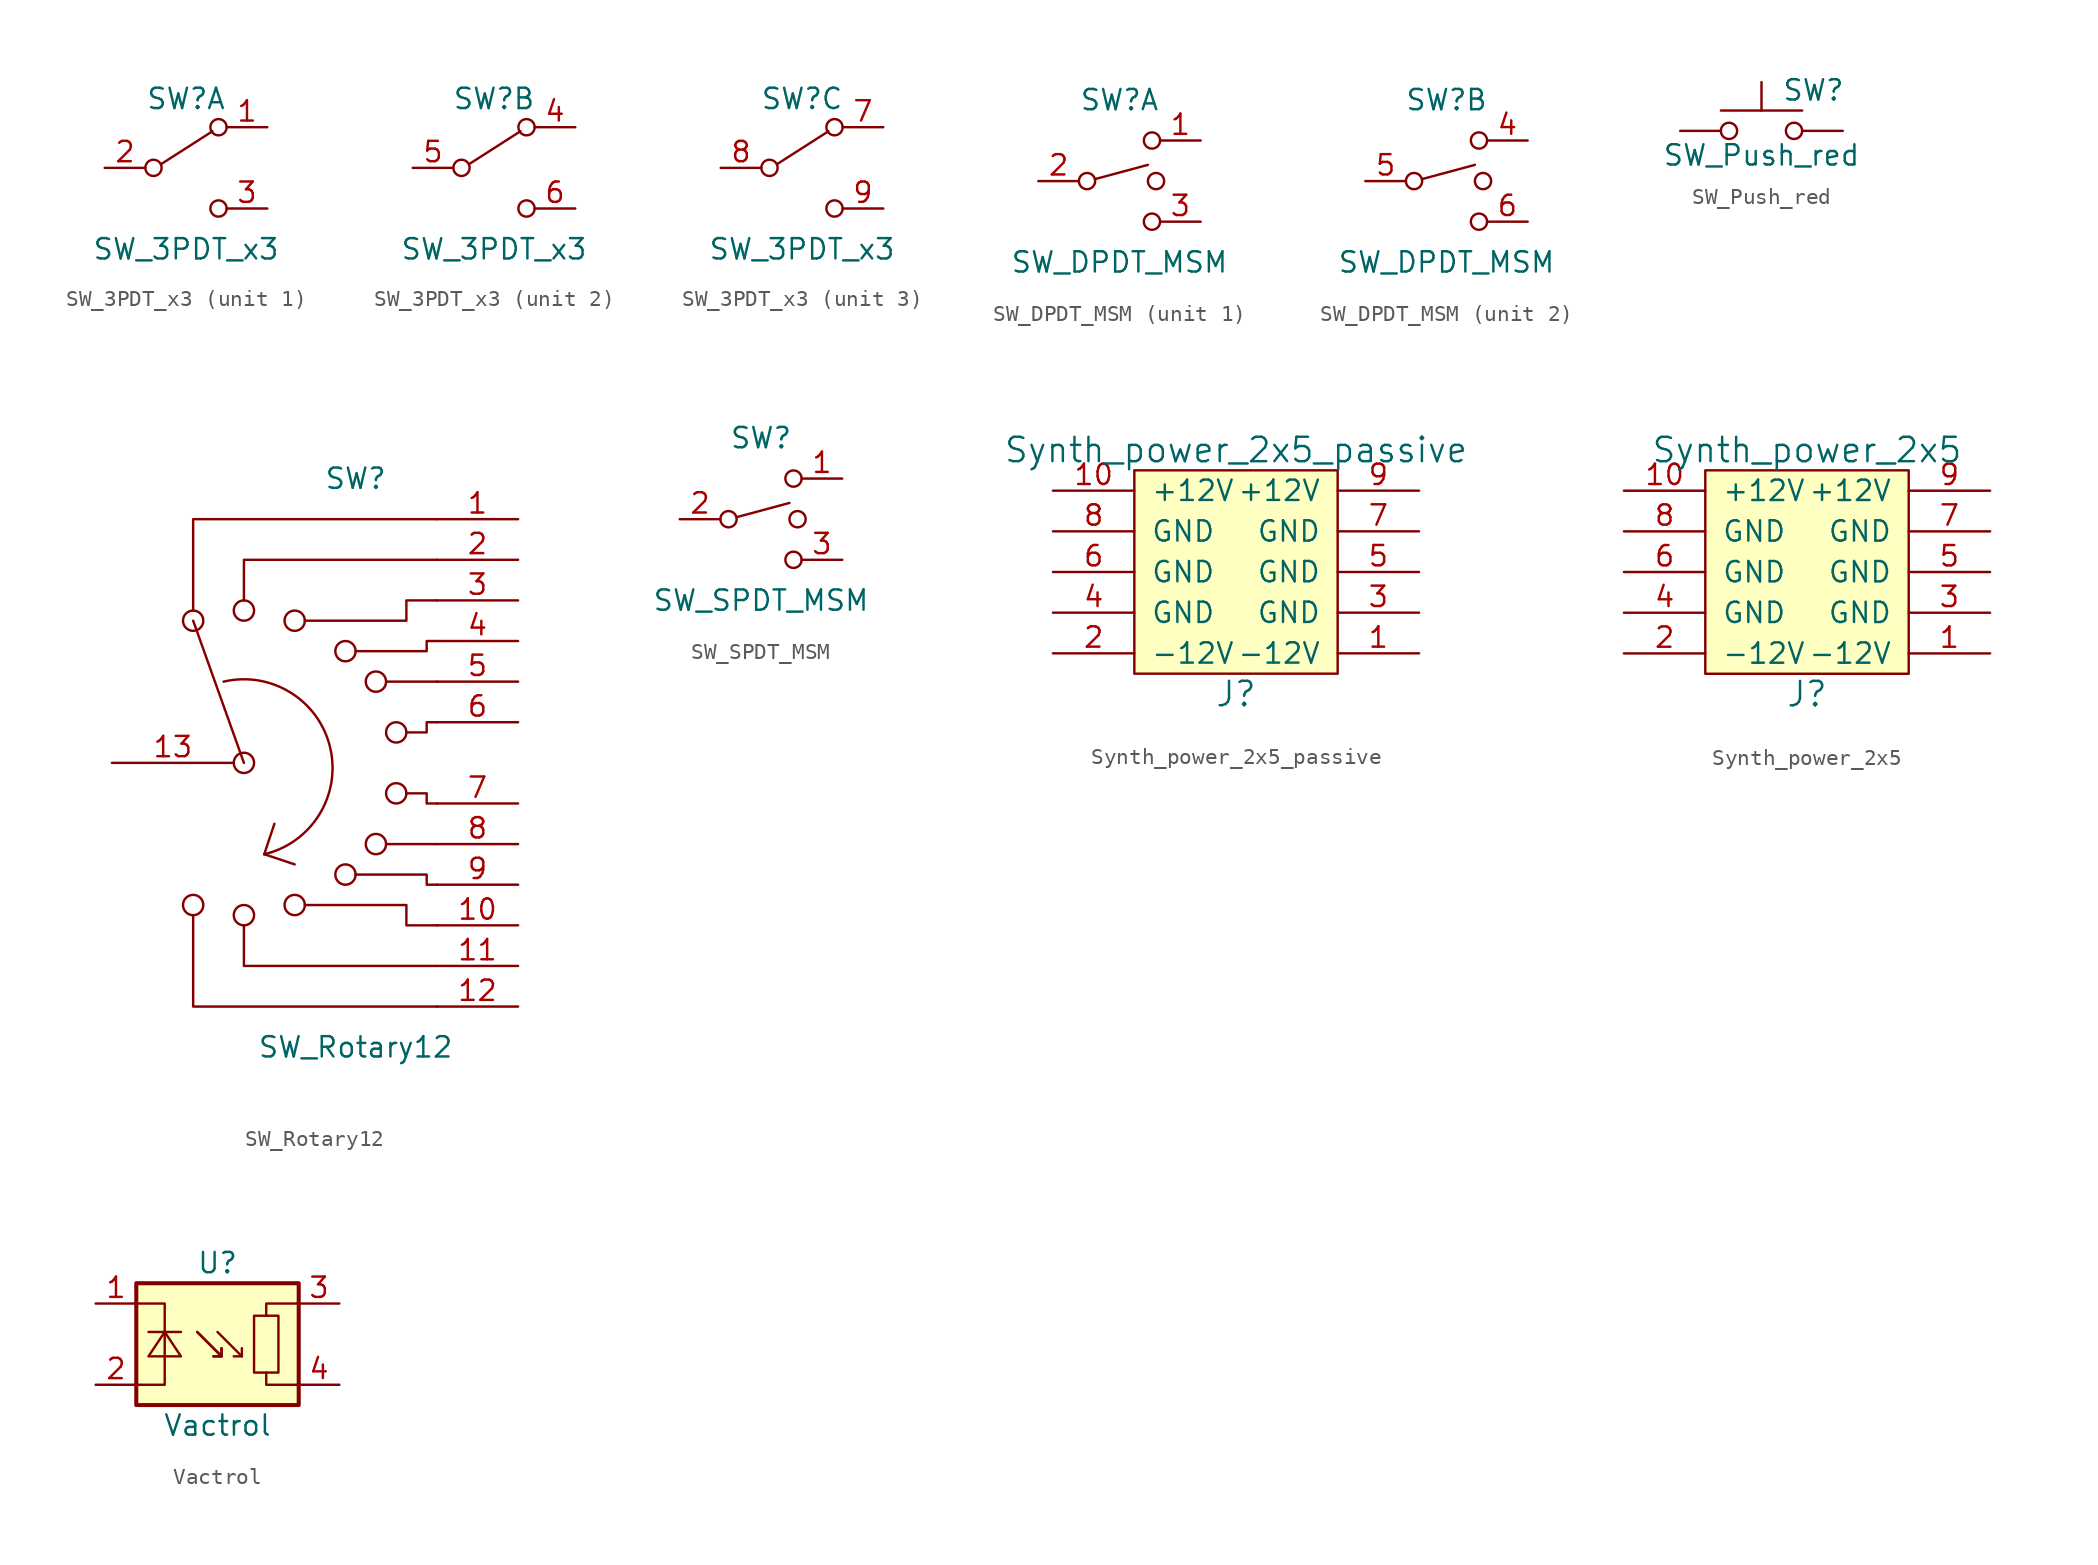
<source format=kicad_sym>
(kicad_symbol_lib
  (version 20211014)
  (generator kicad_symbol_editor)
  (symbol "SW_3PDT_x3"
    (pin_names
      (offset 0) hide)
    (property "Reference" "SW"
      (at 0 4.318 0)
      (effects (font (size 1.27 1.27))))
    (property "Value" "SW_3PDT_x3"
      (at 0 -5.08 0)
      (effects (font (size 1.27 1.27))))
    (symbol "SW_3PDT_x3_0_0"
      (circle (center -2.032 0) (radius 0.508) (stroke (width 0) (type default) (color 0 0 0 0)) (fill (type none)))
      (circle (center 2.032 -2.54) (radius 0.508) (stroke (width 0) (type default) (color 0 0 0 0)) (fill (type none))))
    (symbol "SW_3PDT_x3_0_1"
      (polyline (pts (xy -1.524 0.254) (xy 1.651 2.286)) (stroke (width 0) (type default) (color 0 0 0 0)) (fill (type none)))
      (circle (center 2.032 2.54) (radius 0.508) (stroke (width 0) (type default) (color 0 0 0 0)) (fill (type none))))
    (symbol "SW_3PDT_x3_1_1"
      (pin passive line (at 5.08 2.54 180) (length 2.54) (name "A" (effects (font (size 1.27 1.27)))) (number "1" (effects (font (size 1.27 1.27)))))
      (pin passive line (at -5.08 0 0) (length 2.54) (name "B" (effects (font (size 1.27 1.27)))) (number "2" (effects (font (size 1.27 1.27)))))
      (pin passive line (at 5.08 -2.54 180) (length 2.54) (name "C" (effects (font (size 1.27 1.27)))) (number "3" (effects (font (size 1.27 1.27))))))
    (symbol "SW_3PDT_x3_2_1"
      (pin passive line (at 5.08 2.54 180) (length 2.54) (name "A" (effects (font (size 1.27 1.27)))) (number "4" (effects (font (size 1.27 1.27)))))
      (pin passive line (at -5.08 0 0) (length 2.54) (name "B" (effects (font (size 1.27 1.27)))) (number "5" (effects (font (size 1.27 1.27)))))
      (pin passive line (at 5.08 -2.54 180) (length 2.54) (name "C" (effects (font (size 1.27 1.27)))) (number "6" (effects (font (size 1.27 1.27))))))
    (symbol "SW_3PDT_x3_3_1"
      (pin passive line (at 5.08 2.54 180) (length 2.54) (name "A" (effects (font (size 1.27 1.27)))) (number "7" (effects (font (size 1.27 1.27)))))
      (pin passive line (at -5.08 0 0) (length 2.54) (name "B" (effects (font (size 1.27 1.27)))) (number "8" (effects (font (size 1.27 1.27)))))
      (pin passive line (at 5.08 -2.54 180) (length 2.54) (name "C" (effects (font (size 1.27 1.27)))) (number "9" (effects (font (size 1.27 1.27)))))))
  (symbol "SW_DPDT_MSM"
    (pin_names
      (offset 0) hide)
    (property "Reference" "SW"
      (at 0 5.08 0)
      (effects (font (size 1.27 1.27))))
    (property "Value" "SW_DPDT_MSM"
      (at 0 -5.08 0)
      (effects (font (size 1.27 1.27))))
    (symbol "SW_DPDT_MSM_0_0"
      (circle (center -2.032 0) (radius 0.508) (stroke (width 0) (type default) (color 0 0 0 0)) (fill (type none)))
      (polyline (pts (xy -1.524 0.127) (xy 1.778 1.016)) (stroke (width 0) (type default) (color 0 0 0 0)) (fill (type none)))
      (circle (center 2.032 -2.54) (radius 0.508) (stroke (width 0) (type default) (color 0 0 0 0)) (fill (type none))))
    (symbol "SW_DPDT_MSM_0_1"
      (circle (center 2.032 2.54) (radius 0.508) (stroke (width 0) (type default) (color 0 0 0 0)) (fill (type none)))
      (circle (center 2.286 0) (radius 0.508) (stroke (width 0) (type default) (color 0 0 0 0)) (fill (type none))))
    (symbol "SW_DPDT_MSM_1_1"
      (pin passive line (at 5.08 2.54 180) (length 2.54) (name "1" (effects (font (size 1.27 1.27)))) (number "1" (effects (font (size 1.27 1.27)))))
      (pin passive line (at -5.08 0 0) (length 2.54) (name "2" (effects (font (size 1.27 1.27)))) (number "2" (effects (font (size 1.27 1.27)))))
      (pin passive line (at 5.08 -2.54 180) (length 2.54) (name "3" (effects (font (size 1.27 1.27)))) (number "3" (effects (font (size 1.27 1.27))))))
    (symbol "SW_DPDT_MSM_2_1"
      (pin passive line (at 5.08 2.54 180) (length 2.54) (name "4" (effects (font (size 1.27 1.27)))) (number "4" (effects (font (size 1.27 1.27)))))
      (pin passive line (at -5.08 0 0) (length 2.54) (name "5" (effects (font (size 1.27 1.27)))) (number "5" (effects (font (size 1.27 1.27)))))
      (pin passive line (at 5.08 -2.54 180) (length 2.54) (name "6" (effects (font (size 1.27 1.27)))) (number "6" (effects (font (size 1.27 1.27)))))))
  (symbol "SW_Push_red"
    (pin_numbers hide)
    (pin_names
      (offset 1.016) hide)
    (property "Reference" "SW"
      (at 1.27 2.54 0)
      (effects (font (size 1.27 1.27)) (justify left)))
    (property "Value" "SW_Push_red"
      (at 0 -1.524 0)
      (effects (font (size 1.27 1.27))))
    (symbol "SW_Push_red_0_1"
      (circle (center -2.032 0) (radius 0.508) (stroke (width 0) (type default) (color 0 0 0 0)) (fill (type none)))
      (polyline (pts (xy 0 1.27) (xy 0 3.048)) (stroke (width 0) (type default) (color 0 0 0 0)) (fill (type none)))
      (polyline (pts (xy 2.54 1.27) (xy -2.54 1.27)) (stroke (width 0) (type default) (color 0 0 0 0)) (fill (type none)))
      (circle (center 2.032 0) (radius 0.508) (stroke (width 0) (type default) (color 0 0 0 0)) (fill (type none)))
      (pin passive line (at -5.08 0 0) (length 2.54) (name "1" (effects (font (size 1.27 1.27)))) (number "1" (effects (font (size 1.27 1.27)))))
      (pin passive line (at 5.08 0 180) (length 2.54) (name "2" (effects (font (size 1.27 1.27)))) (number "2" (effects (font (size 1.27 1.27)))))))
  (symbol "SW_Rotary12"
    (pin_names
      (offset 1.016) hide)
    (property "Reference" "SW"
      (at 0 17.78 0)
      (effects (font (size 1.27 1.27))))
    (property "Value" "SW_Rotary12"
      (at 0 -17.78 0)
      (effects (font (size 1.27 1.27))))
    (symbol "SW_Rotary12_0_0"
      (circle (center -10.16 -8.89) (radius 0.635) (stroke (width 0) (type default) (color 0 0 0 0)) (fill (type none)))
      (circle (center -10.16 8.89) (radius 0.635) (stroke (width 0) (type default) (color 0 0 0 0)) (fill (type none)))
      (circle (center -6.985 -9.525) (radius 0.635) (stroke (width 0) (type default) (color 0 0 0 0)) (fill (type none)))
      (circle (center -6.985 0) (radius 0.635) (stroke (width 0) (type default) (color 0 0 0 0)) (fill (type none)))
      (circle (center -6.985 9.525) (radius 0.635) (stroke (width 0) (type default) (color 0 0 0 0)) (fill (type none)))
      (arc (start -5.715 -5.715) (mid -1.6023 0.949) (end -8.255 5.08) (stroke (width 0) (type default) (color 0 0 0 0)) (fill (type none)))
      (circle (center -3.81 -8.89) (radius 0.635) (stroke (width 0) (type default) (color 0 0 0 0)) (fill (type none)))
      (circle (center -3.81 8.89) (radius 0.635) (stroke (width 0) (type default) (color 0 0 0 0)) (fill (type none)))
      (circle (center -0.635 -6.985) (radius 0.635) (stroke (width 0) (type default) (color 0 0 0 0)) (fill (type none)))
      (circle (center -0.635 6.985) (radius 0.635) (stroke (width 0) (type default) (color 0 0 0 0)) (fill (type none)))
      (polyline (pts (xy -6.985 0) (xy -10.16 8.89)) (stroke (width 0) (type default) (color 0 0 0 0)) (fill (type none)))
      (polyline (pts (xy -5.715 -5.715) (xy -5.08 -3.81)) (stroke (width 0) (type default) (color 0 0 0 0)) (fill (type none)))
      (polyline (pts (xy -5.715 -5.715) (xy -3.81 -6.35)) (stroke (width 0) (type default) (color 0 0 0 0)) (fill (type none)))
      (polyline (pts (xy 1.905 -5.08) (xy 5.08 -5.08)) (stroke (width 0) (type default) (color 0 0 0 0)) (fill (type none)))
      (polyline (pts (xy 1.905 5.08) (xy 5.08 5.08)) (stroke (width 0) (type default) (color 0 0 0 0)) (fill (type none)))
      (polyline (pts (xy -10.16 -9.525) (xy -10.16 -15.24) (xy 5.08 -15.24)) (stroke (width 0) (type default) (color 0 0 0 0)) (fill (type none)))
      (polyline (pts (xy -10.16 9.525) (xy -10.16 15.24) (xy 5.08 15.24)) (stroke (width 0) (type default) (color 0 0 0 0)) (fill (type none)))
      (polyline (pts (xy -6.985 -10.16) (xy -6.985 -12.7) (xy 5.08 -12.7)) (stroke (width 0) (type default) (color 0 0 0 0)) (fill (type none)))
      (polyline (pts (xy -6.985 10.16) (xy -6.985 12.7) (xy 5.08 12.7)) (stroke (width 0) (type default) (color 0 0 0 0)) (fill (type none)))
      (polyline (pts (xy -3.175 -8.89) (xy 3.175 -8.89) (xy 3.175 -10.16) (xy 5.08 -10.16)) (stroke (width 0) (type default) (color 0 0 0 0)) (fill (type none)))
      (polyline (pts (xy -3.175 8.89) (xy 3.175 8.89) (xy 3.175 10.16) (xy 5.08 10.16)) (stroke (width 0) (type default) (color 0 0 0 0)) (fill (type none)))
      (polyline (pts (xy 0 -6.985) (xy 4.445 -6.985) (xy 4.445 -7.62) (xy 5.08 -7.62)) (stroke (width 0) (type default) (color 0 0 0 0)) (fill (type none)))
      (polyline (pts (xy 0 6.985) (xy 4.445 6.985) (xy 4.445 7.62) (xy 5.08 7.62)) (stroke (width 0) (type default) (color 0 0 0 0)) (fill (type none)))
      (polyline (pts (xy 3.175 -1.905) (xy 4.445 -1.905) (xy 4.445 -2.54) (xy 5.08 -2.54)) (stroke (width 0) (type default) (color 0 0 0 0)) (fill (type none)))
      (polyline (pts (xy 3.175 1.905) (xy 4.445 1.905) (xy 4.445 2.54) (xy 5.08 2.54)) (stroke (width 0) (type default) (color 0 0 0 0)) (fill (type none)))
      (circle (center 1.27 -5.08) (radius 0.635) (stroke (width 0) (type default) (color 0 0 0 0)) (fill (type none)))
      (circle (center 1.27 5.08) (radius 0.635) (stroke (width 0) (type default) (color 0 0 0 0)) (fill (type none)))
      (circle (center 2.54 -1.905) (radius 0.635) (stroke (width 0) (type default) (color 0 0 0 0)) (fill (type none)))
      (circle (center 2.54 1.905) (radius 0.635) (stroke (width 0) (type default) (color 0 0 0 0)) (fill (type none))))
    (symbol "SW_Rotary12_0_1"
      (pin passive line (at 10.16 15.24 180) (length 5.08) (name "1" (effects (font (size 1.27 1.27)))) (number "1" (effects (font (size 1.27 1.27)))))
      (pin passive line (at 10.16 -10.16 180) (length 5.08) (name "10" (effects (font (size 1.27 1.27)))) (number "10" (effects (font (size 1.27 1.27)))))
      (pin passive line (at 10.16 -12.7 180) (length 5.08) (name "11" (effects (font (size 1.27 1.27)))) (number "11" (effects (font (size 1.27 1.27)))))
      (pin passive line (at 10.16 -15.24 180) (length 5.08) (name "12" (effects (font (size 1.27 1.27)))) (number "12" (effects (font (size 1.27 1.27)))))
      (pin passive line (at -15.24 0 0) (length 7.62) (name "13" (effects (font (size 1.27 1.27)))) (number "13" (effects (font (size 1.27 1.27)))))
      (pin passive line (at 10.16 12.7 180) (length 5.08) (name "2" (effects (font (size 1.27 1.27)))) (number "2" (effects (font (size 1.27 1.27)))))
      (pin passive line (at 10.16 10.16 180) (length 5.08) (name "3" (effects (font (size 1.27 1.27)))) (number "3" (effects (font (size 1.27 1.27)))))
      (pin passive line (at 10.16 7.62 180) (length 5.08) (name "4" (effects (font (size 1.27 1.27)))) (number "4" (effects (font (size 1.27 1.27)))))
      (pin passive line (at 10.16 5.08 180) (length 5.08) (name "5" (effects (font (size 1.27 1.27)))) (number "5" (effects (font (size 1.27 1.27)))))
      (pin passive line (at 10.16 2.54 180) (length 5.08) (name "6" (effects (font (size 1.27 1.27)))) (number "6" (effects (font (size 1.27 1.27)))))
      (pin passive line (at 10.16 -2.54 180) (length 5.08) (name "7" (effects (font (size 1.27 1.27)))) (number "7" (effects (font (size 1.27 1.27)))))
      (pin passive line (at 10.16 -5.08 180) (length 5.08) (name "8" (effects (font (size 1.27 1.27)))) (number "8" (effects (font (size 1.27 1.27)))))
      (pin passive line (at 10.16 -7.62 180) (length 5.08) (name "9" (effects (font (size 1.27 1.27)))) (number "9" (effects (font (size 1.27 1.27)))))))
  (symbol "SW_SPDT_MSM"
    (pin_names
      (offset 0) hide)
    (property "Reference" "SW"
      (at 0 5.08 0)
      (effects (font (size 1.27 1.27))))
    (property "Value" "SW_SPDT_MSM"
      (at 0 -5.08 0)
      (effects (font (size 1.27 1.27))))
    (symbol "SW_SPDT_MSM_0_0"
      (circle (center -2.032 0) (radius 0.508) (stroke (width 0) (type default) (color 0 0 0 0)) (fill (type none)))
      (polyline (pts (xy -1.524 0.127) (xy 1.778 1.016)) (stroke (width 0) (type default) (color 0 0 0 0)) (fill (type none)))
      (circle (center 2.032 -2.54) (radius 0.508) (stroke (width 0) (type default) (color 0 0 0 0)) (fill (type none))))
    (symbol "SW_SPDT_MSM_0_1"
      (circle (center 2.032 2.54) (radius 0.508) (stroke (width 0) (type default) (color 0 0 0 0)) (fill (type none)))
      (circle (center 2.286 0) (radius 0.508) (stroke (width 0) (type default) (color 0 0 0 0)) (fill (type none))))
    (symbol "SW_SPDT_MSM_1_1"
      (pin passive line (at 5.08 2.54 180) (length 2.54) (name "1" (effects (font (size 1.27 1.27)))) (number "1" (effects (font (size 1.27 1.27)))))
      (pin passive line (at -5.08 0 0) (length 2.54) (name "2" (effects (font (size 1.27 1.27)))) (number "2" (effects (font (size 1.27 1.27)))))
      (pin passive line (at 5.08 -2.54 180) (length 2.54) (name "3" (effects (font (size 1.27 1.27)))) (number "3" (effects (font (size 1.27 1.27)))))))
  (symbol "Synth_power_2x5_passive"
    (pin_names
      (offset 1.016))
    (property "Reference" "J"
      (at 0 -7.62 0)
      (effects (font (size 1.524 1.524))))
    (property "Value" "Synth_power_2x5_passive"
      (at 0 7.62 0)
      (effects (font (size 1.524 1.524))))
    (symbol "Synth_power_2x5_passive_0_1"
      (rectangle (start -6.35 6.35) (end 6.35 -6.35) (stroke (width 0) (type default) (color 0 0 0 0)) (fill (type background))))
    (symbol "Synth_power_2x5_passive_1_1"
      (pin passive line (at 11.43 -5.08 180) (length 5.08) (name "-12V" (effects (font (size 1.27 1.27)))) (number "1" (effects (font (size 1.27 1.27)))))
      (pin passive line (at -11.43 5.08 0) (length 5.08) (name "+12V" (effects (font (size 1.27 1.27)))) (number "10" (effects (font (size 1.27 1.27)))))
      (pin passive line (at -11.43 -5.08 0) (length 5.08) (name "-12V" (effects (font (size 1.27 1.27)))) (number "2" (effects (font (size 1.27 1.27)))))
      (pin passive line (at 11.43 -2.54 180) (length 5.08) (name "GND" (effects (font (size 1.27 1.27)))) (number "3" (effects (font (size 1.27 1.27)))))
      (pin passive line (at -11.43 -2.54 0) (length 5.08) (name "GND" (effects (font (size 1.27 1.27)))) (number "4" (effects (font (size 1.27 1.27)))))
      (pin passive line (at 11.43 0 180) (length 5.08) (name "GND" (effects (font (size 1.27 1.27)))) (number "5" (effects (font (size 1.27 1.27)))))
      (pin passive line (at -11.43 0 0) (length 5.08) (name "GND" (effects (font (size 1.27 1.27)))) (number "6" (effects (font (size 1.27 1.27)))))
      (pin passive line (at 11.43 2.54 180) (length 5.08) (name "GND" (effects (font (size 1.27 1.27)))) (number "7" (effects (font (size 1.27 1.27)))))
      (pin passive line (at -11.43 2.54 0) (length 5.08) (name "GND" (effects (font (size 1.27 1.27)))) (number "8" (effects (font (size 1.27 1.27)))))
      (pin passive line (at 11.43 5.08 180) (length 5.08) (name "+12V" (effects (font (size 1.27 1.27)))) (number "9" (effects (font (size 1.27 1.27)))))))
  (symbol "Synth_power_2x5"
    (pin_names
      (offset 1.016))
    (property "Reference" "J"
      (at 0 -7.62 0)
      (effects (font (size 1.524 1.524))))
    (property "Value" "Synth_power_2x5"
      (at 0 7.62 0)
      (effects (font (size 1.524 1.524))))
    (symbol "Synth_power_2x5_0_1"
      (rectangle (start -6.35 6.35) (end 6.35 -6.35) (stroke (width 0) (type default) (color 0 0 0 0)) (fill (type background))))
    (symbol "Synth_power_2x5_1_1"
      (pin power_out line (at 11.43 -5.08 180) (length 5.08) (name "-12V" (effects (font (size 1.27 1.27)))) (number "1" (effects (font (size 1.27 1.27)))))
      (pin passive line (at -11.43 5.08 0) (length 5.08) (name "+12V" (effects (font (size 1.27 1.27)))) (number "10" (effects (font (size 1.27 1.27)))))
      (pin passive line (at -11.43 -5.08 0) (length 5.08) (name "-12V" (effects (font (size 1.27 1.27)))) (number "2" (effects (font (size 1.27 1.27)))))
      (pin power_out line (at 11.43 -2.54 180) (length 5.08) (name "GND" (effects (font (size 1.27 1.27)))) (number "3" (effects (font (size 1.27 1.27)))))
      (pin passive line (at -11.43 -2.54 0) (length 5.08) (name "GND" (effects (font (size 1.27 1.27)))) (number "4" (effects (font (size 1.27 1.27)))))
      (pin passive line (at 11.43 0 180) (length 5.08) (name "GND" (effects (font (size 1.27 1.27)))) (number "5" (effects (font (size 1.27 1.27)))))
      (pin passive line (at -11.43 0 0) (length 5.08) (name "GND" (effects (font (size 1.27 1.27)))) (number "6" (effects (font (size 1.27 1.27)))))
      (pin passive line (at 11.43 2.54 180) (length 5.08) (name "GND" (effects (font (size 1.27 1.27)))) (number "7" (effects (font (size 1.27 1.27)))))
      (pin passive line (at -11.43 2.54 0) (length 5.08) (name "GND" (effects (font (size 1.27 1.27)))) (number "8" (effects (font (size 1.27 1.27)))))
      (pin power_out line (at 11.43 5.08 180) (length 5.08) (name "+12V" (effects (font (size 1.27 1.27)))) (number "9" (effects (font (size 1.27 1.27)))))))
  (symbol "Vactrol"
    (pin_names
      (offset 1.016) hide)
    (property "Reference" "U"
      (at 0 5.08 0)
      (effects (font (size 1.27 1.27))))
    (property "Value" "Vactrol"
      (at 0 -5.08 0)
      (effects (font (size 1.27 1.27))))
    (symbol "Vactrol_0_1"
      (rectangle (start -5.08 3.81) (end 5.08 -3.81) (stroke (width 0.254) (type default) (color 0 0 0 0)) (fill (type background)))
      (polyline (pts (xy -4.318 0.762) (xy -2.286 0.762)) (stroke (width 0) (type default) (color 0 0 0 0)) (fill (type none)))
      (polyline (pts (xy -1.27 0.762) (xy 0.254 -0.762)) (stroke (width 0) (type default) (color 0 0 0 0)) (fill (type none)))
      (polyline (pts (xy -1.27 0.762) (xy 0.254 -0.762)) (stroke (width 0) (type default) (color 0 0 0 0)) (fill (type none)))
      (polyline (pts (xy 0 0.762) (xy 1.524 -0.762)) (stroke (width 0) (type default) (color 0 0 0 0)) (fill (type none)))
      (polyline (pts (xy 0.254 -0.254) (xy 0.254 -0.762) (xy -0.254 -0.762)) (stroke (width 0) (type default) (color 0 0 0 0)) (fill (type none)))
      (polyline (pts (xy 0.254 -0.254) (xy 0.254 -0.762) (xy -0.254 -0.762)) (stroke (width 0) (type default) (color 0 0 0 0)) (fill (type none)))
      (polyline (pts (xy 1.524 -0.254) (xy 1.524 -0.762) (xy 1.016 -0.762)) (stroke (width 0) (type default) (color 0 0 0 0)) (fill (type none)))
      (polyline (pts (xy 3.048 -1.778) (xy 3.048 -2.54) (xy 5.08 -2.54)) (stroke (width 0) (type default) (color 0 0 0 0)) (fill (type none)))
      (polyline (pts (xy 3.048 1.778) (xy 3.048 2.54) (xy 5.08 2.54)) (stroke (width 0) (type default) (color 0 0 0 0)) (fill (type none)))
      (polyline (pts (xy -5.08 -2.54) (xy -3.302 -2.54) (xy -3.302 2.54) (xy -5.08 2.54)) (stroke (width 0) (type default) (color 0 0 0 0)) (fill (type none)))
      (rectangle (start 2.286 1.778) (end 3.81 -1.778) (stroke (width 0) (type default) (color 0 0 0 0)) (fill (type none))))
    (symbol "Vactrol_1_1"
      (polyline (pts (xy -4.318 -0.762) (xy -3.302 0.762) (xy -2.286 -0.762) (xy -4.318 -0.762)) (stroke (width 0) (type default) (color 0 0 0 0)) (fill (type none)))
      (pin passive line (at -7.62 2.54 0) (length 2.54) (name "-" (effects (font (size 1.27 1.27)))) (number "1" (effects (font (size 1.27 1.27)))))
      (pin passive line (at -7.62 -2.54 0) (length 2.54) (name "+" (effects (font (size 1.27 1.27)))) (number "2" (effects (font (size 1.27 1.27)))))
      (pin passive line (at 7.62 2.54 180) (length 2.54) (name "~" (effects (font (size 1.27 1.27)))) (number "3" (effects (font (size 1.27 1.27)))))
      (pin passive line (at 7.62 -2.54 180) (length 2.54) (name "~" (effects (font (size 1.27 1.27)))) (number "4" (effects (font (size 1.27 1.27))))))))
</source>
